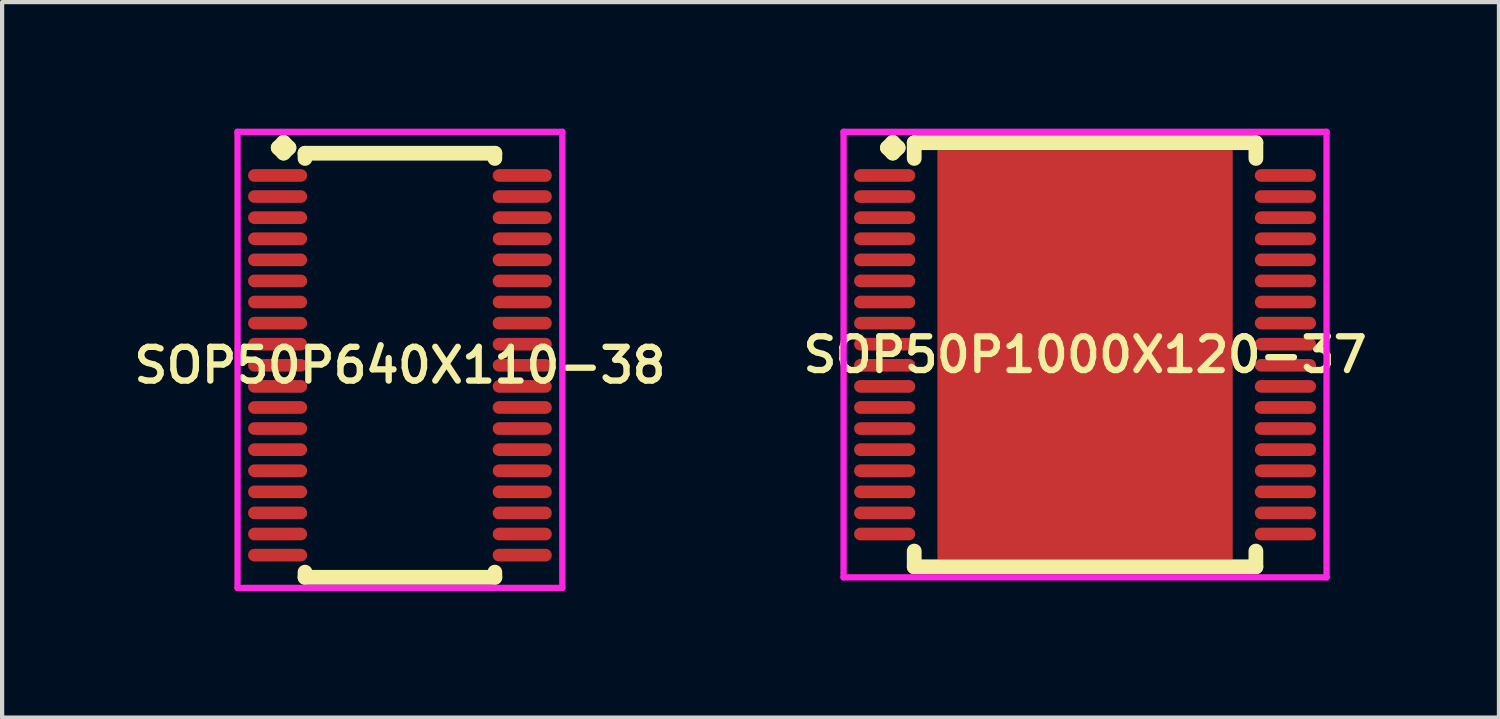
<source format=kicad_pcb>
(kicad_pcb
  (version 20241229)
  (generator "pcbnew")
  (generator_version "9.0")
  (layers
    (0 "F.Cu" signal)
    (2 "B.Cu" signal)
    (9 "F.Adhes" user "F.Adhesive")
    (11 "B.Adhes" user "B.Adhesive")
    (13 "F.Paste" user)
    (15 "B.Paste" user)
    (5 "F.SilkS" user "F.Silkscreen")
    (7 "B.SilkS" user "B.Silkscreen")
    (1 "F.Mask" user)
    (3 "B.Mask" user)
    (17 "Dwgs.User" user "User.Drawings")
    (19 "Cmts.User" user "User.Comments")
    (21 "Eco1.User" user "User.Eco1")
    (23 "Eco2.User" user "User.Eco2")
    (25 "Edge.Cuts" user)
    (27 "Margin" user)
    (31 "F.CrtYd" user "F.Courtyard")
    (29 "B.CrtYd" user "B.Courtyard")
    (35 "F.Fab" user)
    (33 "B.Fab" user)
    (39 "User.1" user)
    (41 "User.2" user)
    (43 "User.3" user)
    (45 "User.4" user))
  (footprint "SOP50P640X110-38"
    (layer "F.Cu")
    (at 6.431 5.61)
    (property "Reference" "SOP50P640X110-38" (at 0 0 0) (layer "F.SilkS") (effects (font (size 0.8 0.8) (thickness 0.15))))
    (attr smd)
    (fp_line (start -2.885 -5.158) (end -2.758 -5.285) (stroke (width 0.35) (type solid)) (layer "F.SilkS"))
    (fp_line (start -2.758 -5.285) (end -2.631 -5.158) (stroke (width 0.35) (type solid)) (layer "F.SilkS"))
    (fp_line (start -2.758 -5.031) (end -2.885 -5.158) (stroke (width 0.35) (type solid)) (layer "F.SilkS"))
    (fp_line (start -2.631 -5.158) (end -2.758 -5.031) (stroke (width 0.35) (type solid)) (layer "F.SilkS"))
    (fp_line (start -2.25 -5.027) (end 2.25 -5.027) (stroke (width 0.35) (type solid)) (layer "F.SilkS"))
    (fp_line (start -2.25 -4.904) (end -2.25 -5.027) (stroke (width 0.35) (type solid)) (layer "F.SilkS"))
    (fp_line (start -2.25 4.904) (end -2.25 5.027) (stroke (width 0.35) (type solid)) (layer "F.SilkS"))
    (fp_line (start -2.25 5.027) (end 2.25 5.027) (stroke (width 0.35) (type solid)) (layer "F.SilkS"))
    (fp_line (start 2.25 -5.027) (end 2.25 -4.904) (stroke (width 0.35) (type solid)) (layer "F.SilkS"))
    (fp_line (start 2.25 5.027) (end 2.25 4.904) (stroke (width 0.35) (type solid)) (layer "F.SilkS"))
    (fp_line (start -3.85 -5.535) (end 3.85 -5.535) (stroke (width 0.15) (type solid)) (layer "F.CrtYd"))
    (fp_line (start -3.85 5.277) (end -3.85 -5.535) (stroke (width 0.15) (type solid)) (layer "F.CrtYd"))
    (fp_line (start 3.85 -5.535) (end 3.85 5.277) (stroke (width 0.15) (type solid)) (layer "F.CrtYd"))
    (fp_line (start 3.85 5.277) (end -3.85 5.277) (stroke (width 0.15) (type solid)) (layer "F.CrtYd"))
    (pad "1" smd oval (at -2.9 -4.5) (size 1.4 0.3) (layers "F.Cu" "F.Mask" "F.Paste"))
    (pad "2" smd oval (at -2.9 -4) (size 1.4 0.3) (layers "F.Cu" "F.Mask" "F.Paste"))
    (pad "3" smd oval (at -2.9 -3.5) (size 1.4 0.3) (layers "F.Cu" "F.Mask" "F.Paste"))
    (pad "4" smd oval (at -2.9 -3) (size 1.4 0.3) (layers "F.Cu" "F.Mask" "F.Paste"))
    (pad "5" smd oval (at -2.9 -2.5) (size 1.4 0.3) (layers "F.Cu" "F.Mask" "F.Paste"))
    (pad "6" smd oval (at -2.9 -2) (size 1.4 0.3) (layers "F.Cu" "F.Mask" "F.Paste"))
    (pad "7" smd oval (at -2.9 -1.5) (size 1.4 0.3) (layers "F.Cu" "F.Mask" "F.Paste"))
    (pad "8" smd oval (at -2.9 -1) (size 1.4 0.3) (layers "F.Cu" "F.Mask" "F.Paste"))
    (pad "9" smd oval (at -2.9 -0.5) (size 1.4 0.3) (layers "F.Cu" "F.Mask" "F.Paste"))
    (pad "10" smd oval (at -2.9 0) (size 1.4 0.3) (layers "F.Cu" "F.Mask" "F.Paste"))
    (pad "11" smd oval (at -2.9 0.5) (size 1.4 0.3) (layers "F.Cu" "F.Mask" "F.Paste"))
    (pad "12" smd oval (at -2.9 1) (size 1.4 0.3) (layers "F.Cu" "F.Mask" "F.Paste"))
    (pad "13" smd oval (at -2.9 1.5) (size 1.4 0.3) (layers "F.Cu" "F.Mask" "F.Paste"))
    (pad "14" smd oval (at -2.9 2) (size 1.4 0.3) (layers "F.Cu" "F.Mask" "F.Paste"))
    (pad "15" smd oval (at -2.9 2.5) (size 1.4 0.3) (layers "F.Cu" "F.Mask" "F.Paste"))
    (pad "16" smd oval (at -2.9 3) (size 1.4 0.3) (layers "F.Cu" "F.Mask" "F.Paste"))
    (pad "17" smd oval (at -2.9 3.5) (size 1.4 0.3) (layers "F.Cu" "F.Mask" "F.Paste"))
    (pad "18" smd oval (at -2.9 4) (size 1.4 0.3) (layers "F.Cu" "F.Mask" "F.Paste"))
    (pad "19" smd oval (at -2.9 4.5) (size 1.4 0.3) (layers "F.Cu" "F.Mask" "F.Paste"))
    (pad "20" smd oval (at 2.9 4.5) (size 1.4 0.3) (layers "F.Cu" "F.Mask" "F.Paste"))
    (pad "21" smd oval (at 2.9 4) (size 1.4 0.3) (layers "F.Cu" "F.Mask" "F.Paste"))
    (pad "22" smd oval (at 2.9 3.5) (size 1.4 0.3) (layers "F.Cu" "F.Mask" "F.Paste"))
    (pad "23" smd oval (at 2.9 3) (size 1.4 0.3) (layers "F.Cu" "F.Mask" "F.Paste"))
    (pad "24" smd oval (at 2.9 2.5) (size 1.4 0.3) (layers "F.Cu" "F.Mask" "F.Paste"))
    (pad "25" smd oval (at 2.9 2) (size 1.4 0.3) (layers "F.Cu" "F.Mask" "F.Paste"))
    (pad "26" smd oval (at 2.9 1.5) (size 1.4 0.3) (layers "F.Cu" "F.Mask" "F.Paste"))
    (pad "27" smd oval (at 2.9 1) (size 1.4 0.3) (layers "F.Cu" "F.Mask" "F.Paste"))
    (pad "28" smd oval (at 2.9 0.5) (size 1.4 0.3) (layers "F.Cu" "F.Mask" "F.Paste"))
    (pad "29" smd oval (at 2.9 0) (size 1.4 0.3) (layers "F.Cu" "F.Mask" "F.Paste"))
    (pad "30" smd oval (at 2.9 -0.5) (size 1.4 0.3) (layers "F.Cu" "F.Mask" "F.Paste"))
    (pad "31" smd oval (at 2.9 -1) (size 1.4 0.3) (layers "F.Cu" "F.Mask" "F.Paste"))
    (pad "32" smd oval (at 2.9 -1.5) (size 1.4 0.3) (layers "F.Cu" "F.Mask" "F.Paste"))
    (pad "33" smd oval (at 2.9 -2) (size 1.4 0.3) (layers "F.Cu" "F.Mask" "F.Paste"))
    (pad "34" smd oval (at 2.9 -2.5) (size 1.4 0.3) (layers "F.Cu" "F.Mask" "F.Paste"))
    (pad "35" smd oval (at 2.9 -3) (size 1.4 0.3) (layers "F.Cu" "F.Mask" "F.Paste"))
    (pad "36" smd oval (at 2.9 -3.5) (size 1.4 0.3) (layers "F.Cu" "F.Mask" "F.Paste"))
    (pad "37" smd oval (at 2.9 -4) (size 1.4 0.3) (layers "F.Cu" "F.Mask" "F.Paste"))
    (pad "38" smd oval (at 2.9 -4.5) (size 1.4 0.3) (layers "F.Cu" "F.Mask" "F.Paste")))
  (footprint "SOP50P1000X120-37"
    (layer "F.Cu")
    (at 22.673 5.36)
    (property "Reference" "SOP50P1000X120-37" (at 0 0 0) (layer "F.SilkS") (effects (font (size 0.8 0.8) (thickness 0.15))))
    (attr smd)
    (fp_line (start -4.685 -4.908) (end -4.558 -5.035) (stroke (width 0.35) (type solid)) (layer "F.SilkS"))
    (fp_line (start -4.558 -5.035) (end -4.431 -4.908) (stroke (width 0.35) (type solid)) (layer "F.SilkS"))
    (fp_line (start -4.558 -4.781) (end -4.685 -4.908) (stroke (width 0.35) (type solid)) (layer "F.SilkS"))
    (fp_line (start -4.431 -4.908) (end -4.558 -4.781) (stroke (width 0.35) (type solid)) (layer "F.SilkS"))
    (fp_line (start -4.05 -5.027) (end 4.05 -5.027) (stroke (width 0.35) (type solid)) (layer "F.SilkS"))
    (fp_line (start -4.05 -4.654) (end -4.05 -5.027) (stroke (width 0.35) (type solid)) (layer "F.SilkS"))
    (fp_line (start -4.05 4.654) (end -4.05 5.027) (stroke (width 0.35) (type solid)) (layer "F.SilkS"))
    (fp_line (start -4.05 5.027) (end 4.05 5.027) (stroke (width 0.35) (type solid)) (layer "F.SilkS"))
    (fp_line (start 4.05 -5.027) (end 4.05 -4.654) (stroke (width 0.35) (type solid)) (layer "F.SilkS"))
    (fp_line (start 4.05 5.027) (end 4.05 4.654) (stroke (width 0.35) (type solid)) (layer "F.SilkS"))
    (fp_line (start -5.725 -5.285) (end 5.725 -5.285) (stroke (width 0.15) (type solid)) (layer "F.CrtYd"))
    (fp_line (start -5.725 5.277) (end -5.725 -5.285) (stroke (width 0.15) (type solid)) (layer "F.CrtYd"))
    (fp_line (start 5.725 -5.285) (end 5.725 5.277) (stroke (width 0.15) (type solid)) (layer "F.CrtYd"))
    (fp_line (start 5.725 5.277) (end -5.725 5.277) (stroke (width 0.15) (type solid)) (layer "F.CrtYd"))
    (pad "1" smd oval (at -4.75 -4.25) (size 1.45 0.3) (layers "F.Cu" "F.Mask" "F.Paste"))
    (pad "2" smd oval (at -4.75 -3.75) (size 1.45 0.3) (layers "F.Cu" "F.Mask" "F.Paste"))
    (pad "3" smd oval (at -4.75 -3.25) (size 1.45 0.3) (layers "F.Cu" "F.Mask" "F.Paste"))
    (pad "4" smd oval (at -4.75 -2.75) (size 1.45 0.3) (layers "F.Cu" "F.Mask" "F.Paste"))
    (pad "5" smd oval (at -4.75 -2.25) (size 1.45 0.3) (layers "F.Cu" "F.Mask" "F.Paste"))
    (pad "6" smd oval (at -4.75 -1.75) (size 1.45 0.3) (layers "F.Cu" "F.Mask" "F.Paste"))
    (pad "7" smd oval (at -4.75 -1.25) (size 1.45 0.3) (layers "F.Cu" "F.Mask" "F.Paste"))
    (pad "8" smd oval (at -4.75 -0.75) (size 1.45 0.3) (layers "F.Cu" "F.Mask" "F.Paste"))
    (pad "9" smd oval (at -4.75 -0.25) (size 1.45 0.3) (layers "F.Cu" "F.Mask" "F.Paste"))
    (pad "10" smd oval (at -4.75 0.25) (size 1.45 0.3) (layers "F.Cu" "F.Mask" "F.Paste"))
    (pad "11" smd oval (at -4.75 0.75) (size 1.45 0.3) (layers "F.Cu" "F.Mask" "F.Paste"))
    (pad "12" smd oval (at -4.75 1.25) (size 1.45 0.3) (layers "F.Cu" "F.Mask" "F.Paste"))
    (pad "13" smd oval (at -4.75 1.75) (size 1.45 0.3) (layers "F.Cu" "F.Mask" "F.Paste"))
    (pad "14" smd oval (at -4.75 2.25) (size 1.45 0.3) (layers "F.Cu" "F.Mask" "F.Paste"))
    (pad "15" smd oval (at -4.75 2.75) (size 1.45 0.3) (layers "F.Cu" "F.Mask" "F.Paste"))
    (pad "16" smd oval (at -4.75 3.25) (size 1.45 0.3) (layers "F.Cu" "F.Mask" "F.Paste"))
    (pad "17" smd oval (at -4.75 3.75) (size 1.45 0.3) (layers "F.Cu" "F.Mask" "F.Paste"))
    (pad "18" smd oval (at -4.75 4.25) (size 1.45 0.3) (layers "F.Cu" "F.Mask" "F.Paste"))
    (pad "19" smd oval (at 4.75 4.25) (size 1.45 0.3) (layers "F.Cu" "F.Mask" "F.Paste"))
    (pad "20" smd oval (at 4.75 3.75) (size 1.45 0.3) (layers "F.Cu" "F.Mask" "F.Paste"))
    (pad "21" smd oval (at 4.75 3.25) (size 1.45 0.3) (layers "F.Cu" "F.Mask" "F.Paste"))
    (pad "22" smd oval (at 4.75 2.75) (size 1.45 0.3) (layers "F.Cu" "F.Mask" "F.Paste"))
    (pad "23" smd oval (at 4.75 2.25) (size 1.45 0.3) (layers "F.Cu" "F.Mask" "F.Paste"))
    (pad "24" smd oval (at 4.75 1.75) (size 1.45 0.3) (layers "F.Cu" "F.Mask" "F.Paste"))
    (pad "25" smd oval (at 4.75 1.25) (size 1.45 0.3) (layers "F.Cu" "F.Mask" "F.Paste"))
    (pad "26" smd oval (at 4.75 0.75) (size 1.45 0.3) (layers "F.Cu" "F.Mask" "F.Paste"))
    (pad "27" smd oval (at 4.75 0.25) (size 1.45 0.3) (layers "F.Cu" "F.Mask" "F.Paste"))
    (pad "28" smd oval (at 4.75 -0.25) (size 1.45 0.3) (layers "F.Cu" "F.Mask" "F.Paste"))
    (pad "29" smd oval (at 4.75 -0.75) (size 1.45 0.3) (layers "F.Cu" "F.Mask" "F.Paste"))
    (pad "30" smd oval (at 4.75 -1.25) (size 1.45 0.3) (layers "F.Cu" "F.Mask" "F.Paste"))
    (pad "31" smd oval (at 4.75 -1.75) (size 1.45 0.3) (layers "F.Cu" "F.Mask" "F.Paste"))
    (pad "32" smd oval (at 4.75 -2.25) (size 1.45 0.3) (layers "F.Cu" "F.Mask" "F.Paste"))
    (pad "33" smd oval (at 4.75 -2.75) (size 1.45 0.3) (layers "F.Cu" "F.Mask" "F.Paste"))
    (pad "34" smd oval (at 4.75 -3.25) (size 1.45 0.3) (layers "F.Cu" "F.Mask" "F.Paste"))
    (pad "35" smd oval (at 4.75 -3.75) (size 1.45 0.3) (layers "F.Cu" "F.Mask" "F.Paste"))
    (pad "36" smd oval (at 4.75 -4.25) (size 1.45 0.3) (layers "F.Cu" "F.Mask" "F.Paste"))
    (pad "37" smd rect (at 0 0) (size 7 9.7) (layers "F.Cu" "F.Mask" "F.Paste")))
  (gr_rect
    (start -3 -3)
    (end 32.485 13.962)
    (stroke (width 0.1) (type default))
    (fill no)
    (layer "Edge.Cuts")))
</source>
